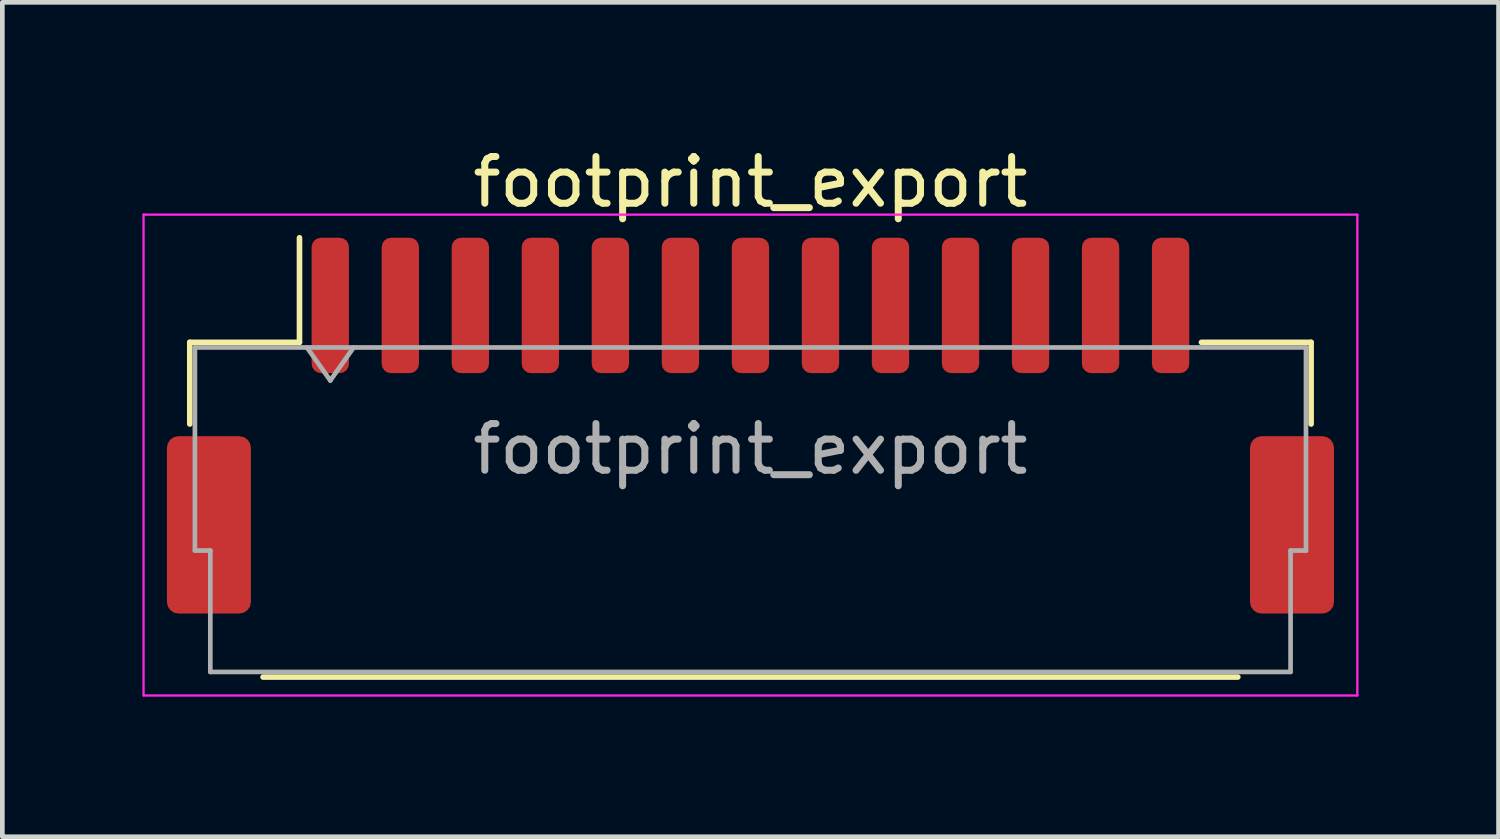
<source format=kicad_pcb>
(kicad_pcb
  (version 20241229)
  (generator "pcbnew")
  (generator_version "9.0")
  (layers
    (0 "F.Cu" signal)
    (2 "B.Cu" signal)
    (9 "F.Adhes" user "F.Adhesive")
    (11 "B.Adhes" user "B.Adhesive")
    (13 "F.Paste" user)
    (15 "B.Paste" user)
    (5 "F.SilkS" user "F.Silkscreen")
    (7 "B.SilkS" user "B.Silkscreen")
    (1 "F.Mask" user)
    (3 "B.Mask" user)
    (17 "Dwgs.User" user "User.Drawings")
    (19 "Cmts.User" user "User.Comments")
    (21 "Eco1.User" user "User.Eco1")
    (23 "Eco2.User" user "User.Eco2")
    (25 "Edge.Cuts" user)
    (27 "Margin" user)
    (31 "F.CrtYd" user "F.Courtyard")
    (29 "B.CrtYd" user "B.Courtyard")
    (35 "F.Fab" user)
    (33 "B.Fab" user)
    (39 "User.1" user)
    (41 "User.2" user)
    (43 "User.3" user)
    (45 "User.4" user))
  (footprint "footprint_export"
    (layer "F.Cu")
    (at 13.025 6.068)
    (property "Reference" "footprint_export" (at 0 -5.22 0) (layer "F.SilkS") (effects (font (size 1 1) (thickness 0.15))))
    (attr smd)
    (fp_line (start -12.01 -1.785) (end -9.66 -1.785) (stroke (width 0.12) (type solid)) (layer "F.SilkS"))
    (fp_line (start -12.01 -0.035) (end -12.01 -1.785) (stroke (width 0.12) (type solid)) (layer "F.SilkS"))
    (fp_line (start -10.44 5.385) (end 10.44 5.385) (stroke (width 0.12) (type solid)) (layer "F.SilkS"))
    (fp_line (start -9.66 -1.785) (end -9.66 -4.025) (stroke (width 0.12) (type solid)) (layer "F.SilkS"))
    (fp_line (start 12.01 -1.785) (end 9.66 -1.785) (stroke (width 0.12) (type solid)) (layer "F.SilkS"))
    (fp_line (start 12.01 -0.035) (end 12.01 -1.785) (stroke (width 0.12) (type solid)) (layer "F.SilkS"))
    (fp_line (start -13 -4.52) (end -13 5.78) (stroke (width 0.05) (type solid)) (layer "F.CrtYd"))
    (fp_line (start -13 5.78) (end 13 5.78) (stroke (width 0.05) (type solid)) (layer "F.CrtYd"))
    (fp_line (start 13 -4.52) (end -13 -4.52) (stroke (width 0.05) (type solid)) (layer "F.CrtYd"))
    (fp_line (start 13 5.78) (end 13 -4.52) (stroke (width 0.05) (type solid)) (layer "F.CrtYd"))
    (fp_line (start -11.9 -1.675) (end -11.9 2.675) (stroke (width 0.1) (type solid)) (layer "F.Fab"))
    (fp_line (start -11.9 -1.675) (end 11.9 -1.675) (stroke (width 0.1) (type solid)) (layer "F.Fab"))
    (fp_line (start -11.9 2.675) (end -11.57 2.675) (stroke (width 0.1) (type solid)) (layer "F.Fab"))
    (fp_line (start -11.57 2.675) (end -11.57 5.275) (stroke (width 0.1) (type solid)) (layer "F.Fab"))
    (fp_line (start -11.57 5.275) (end 11.57 5.275) (stroke (width 0.1) (type solid)) (layer "F.Fab"))
    (fp_line (start -9.5 -1.675) (end -9 -0.968) (stroke (width 0.1) (type solid)) (layer "F.Fab"))
    (fp_line (start -9 -0.968) (end -8.5 -1.675) (stroke (width 0.1) (type solid)) (layer "F.Fab"))
    (fp_line (start 11.57 2.675) (end 11.9 2.675) (stroke (width 0.1) (type solid)) (layer "F.Fab"))
    (fp_line (start 11.57 5.275) (end 11.57 2.675) (stroke (width 0.1) (type solid)) (layer "F.Fab"))
    (fp_line (start 11.9 -1.675) (end 11.9 2.675) (stroke (width 0.1) (type solid)) (layer "F.Fab"))
    (fp_text user "${REFERENCE}" (at 0 0.5 0) (layer "F.Fab") (effects (font (size 1 1) (thickness 0.15))))
    (pad "1" smd roundrect (at -9 -2.575) (size 0.8 2.9) (layers "F.Cu" "F.Mask" "F.Paste") (roundrect_rratio 0.25))
    (pad "2" smd roundrect (at -7.5 -2.575) (size 0.8 2.9) (layers "F.Cu" "F.Mask" "F.Paste") (roundrect_rratio 0.25))
    (pad "3" smd roundrect (at -6 -2.575) (size 0.8 2.9) (layers "F.Cu" "F.Mask" "F.Paste") (roundrect_rratio 0.25))
    (pad "4" smd roundrect (at -4.5 -2.575) (size 0.8 2.9) (layers "F.Cu" "F.Mask" "F.Paste") (roundrect_rratio 0.25))
    (pad "5" smd roundrect (at -3 -2.575) (size 0.8 2.9) (layers "F.Cu" "F.Mask" "F.Paste") (roundrect_rratio 0.25))
    (pad "6" smd roundrect (at -1.5 -2.575) (size 0.8 2.9) (layers "F.Cu" "F.Mask" "F.Paste") (roundrect_rratio 0.25))
    (pad "7" smd roundrect (at 0 -2.575) (size 0.8 2.9) (layers "F.Cu" "F.Mask" "F.Paste") (roundrect_rratio 0.25))
    (pad "8" smd roundrect (at 1.5 -2.575) (size 0.8 2.9) (layers "F.Cu" "F.Mask" "F.Paste") (roundrect_rratio 0.25))
    (pad "9" smd roundrect (at 3 -2.575) (size 0.8 2.9) (layers "F.Cu" "F.Mask" "F.Paste") (roundrect_rratio 0.25))
    (pad "10" smd roundrect (at 4.5 -2.575) (size 0.8 2.9) (layers "F.Cu" "F.Mask" "F.Paste") (roundrect_rratio 0.25))
    (pad "11" smd roundrect (at 6 -2.575) (size 0.8 2.9) (layers "F.Cu" "F.Mask" "F.Paste") (roundrect_rratio 0.25))
    (pad "12" smd roundrect (at 7.5 -2.575) (size 0.8 2.9) (layers "F.Cu" "F.Mask" "F.Paste") (roundrect_rratio 0.25))
    (pad "13" smd roundrect (at 9 -2.575) (size 0.8 2.9) (layers "F.Cu" "F.Mask" "F.Paste") (roundrect_rratio 0.25))
    (pad "MP" smd roundrect (at -11.6 2.125) (size 1.8 3.8) (layers "F.Cu" "F.Mask" "F.Paste") (roundrect_rratio 0.139))
    (pad "MP" smd roundrect (at 11.6 2.125) (size 1.8 3.8) (layers "F.Cu" "F.Mask" "F.Paste") (roundrect_rratio 0.139)))
  (gr_rect
    (start -3 -3)
    (end 29.05 14.873)
    (stroke (width 0.1) (type default))
    (fill no)
    (layer "Edge.Cuts")))
</source>
